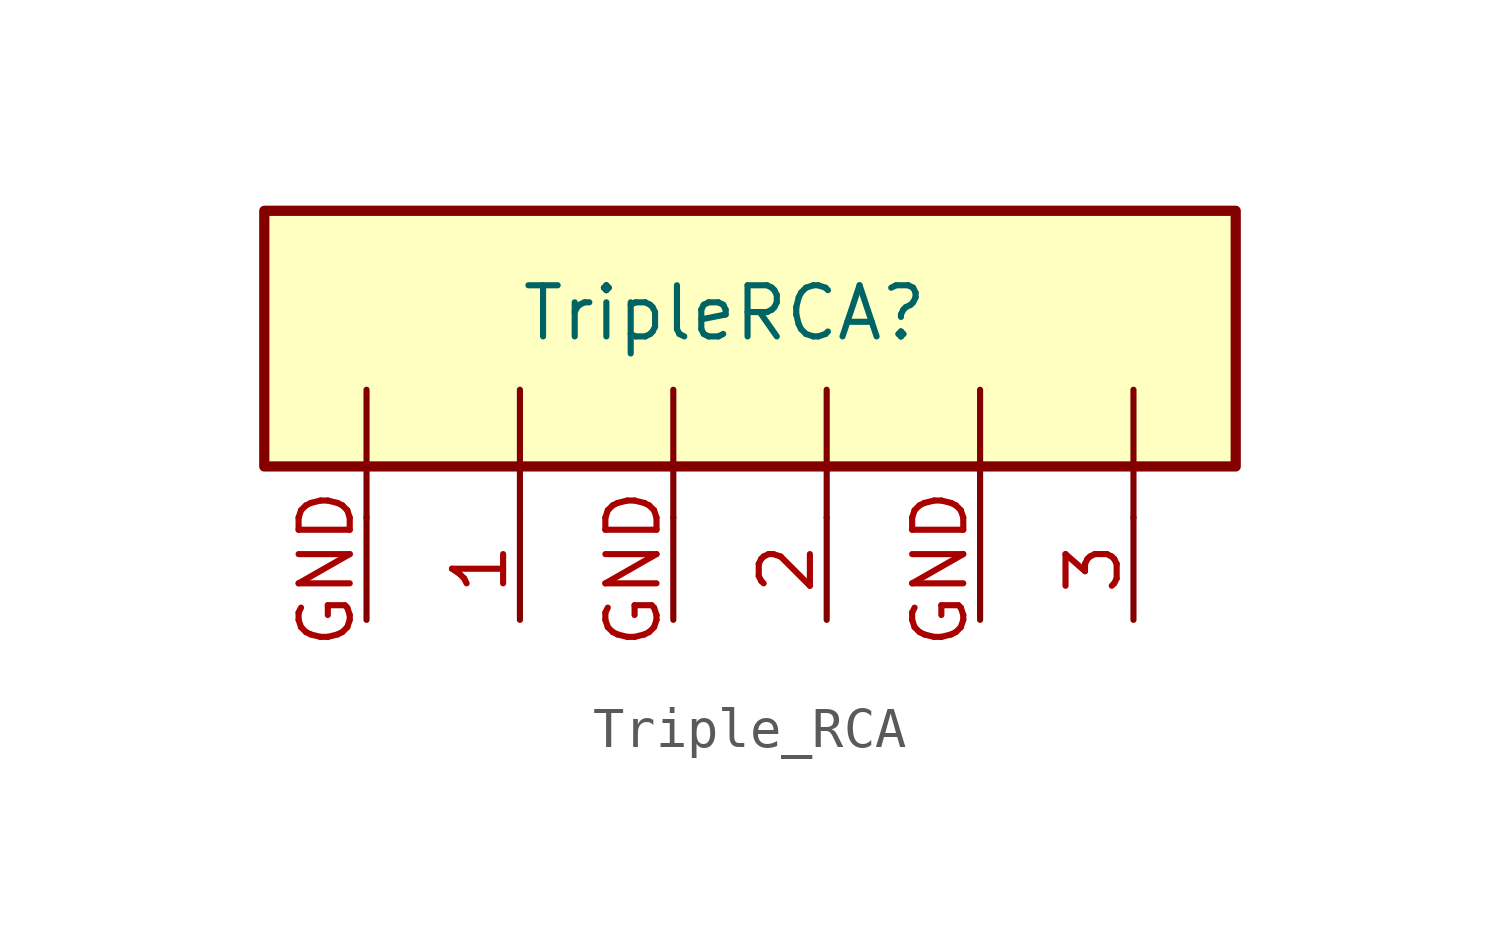
<source format=kicad_sym>
(kicad_symbol_lib
  (version 20231120)
  (generator "kicad_symbol_editor")
  (generator_version "8.0")
  (symbol "Triple_RCA"
    (property "Reference" "TripleRCA"
      (at 0 0 0)
      (effects (font (size 1.27 1.27))))
    (property "Value" ""
      (at 0 0 0)
      (effects (font (size 1.27 1.27))))
    (symbol "Triple_RCA_0_1"
      (rectangle (start -11.43 2.54) (end 12.7 -3.81) (stroke (width 0.254) (type default)) (fill (type background)))
      (polyline (pts (xy -8.89 -5.08) (xy -8.89 -1.905)) (stroke (width 0) (type default)) (fill (type none)))
      (polyline (pts (xy -5.08 -5.08) (xy -5.08 -1.905)) (stroke (width 0) (type default)) (fill (type none)))
      (polyline (pts (xy -1.27 -5.08) (xy -1.27 -1.905)) (stroke (width 0) (type default)) (fill (type none)))
      (polyline (pts (xy 2.54 -5.08) (xy 2.54 -1.905)) (stroke (width 0) (type default)) (fill (type none)))
      (polyline (pts (xy 6.35 -5.08) (xy 6.35 -1.905)) (stroke (width 0) (type default)) (fill (type none)))
      (polyline (pts (xy 10.16 -5.08) (xy 10.16 -1.905)) (stroke (width 0) (type default)) (fill (type none))))
    (symbol "Triple_RCA_1_1"
      (pin passive line (at -5.08 -7.62 90) (length 2.54) (name "~" (effects (font (size 1.27 1.27)))) (number "1" (effects (font (size 1.27 1.27)))))
      (pin passive line (at 2.54 -7.62 90) (length 2.54) (name "~" (effects (font (size 1.27 1.27)))) (number "2" (effects (font (size 1.27 1.27)))))
      (pin passive line (at 10.16 -7.62 90) (length 2.54) (name "~" (effects (font (size 1.27 1.27)))) (number "3" (effects (font (size 1.27 1.27)))))
      (pin passive line (at -8.89 -7.62 90) (length 2.54) (name "~" (effects (font (size 1.27 1.27)))) (number "GND" (effects (font (size 1.27 1.27)))))
      (pin passive line (at -1.27 -7.62 90) (length 2.54) (name "~" (effects (font (size 1.27 1.27)))) (number "GND" (effects (font (size 1.27 1.27)))))
      (pin passive line (at 6.35 -7.62 90) (length 2.54) (name "~" (effects (font (size 1.27 1.27)))) (number "GND" (effects (font (size 1.27 1.27))))))))
</source>
